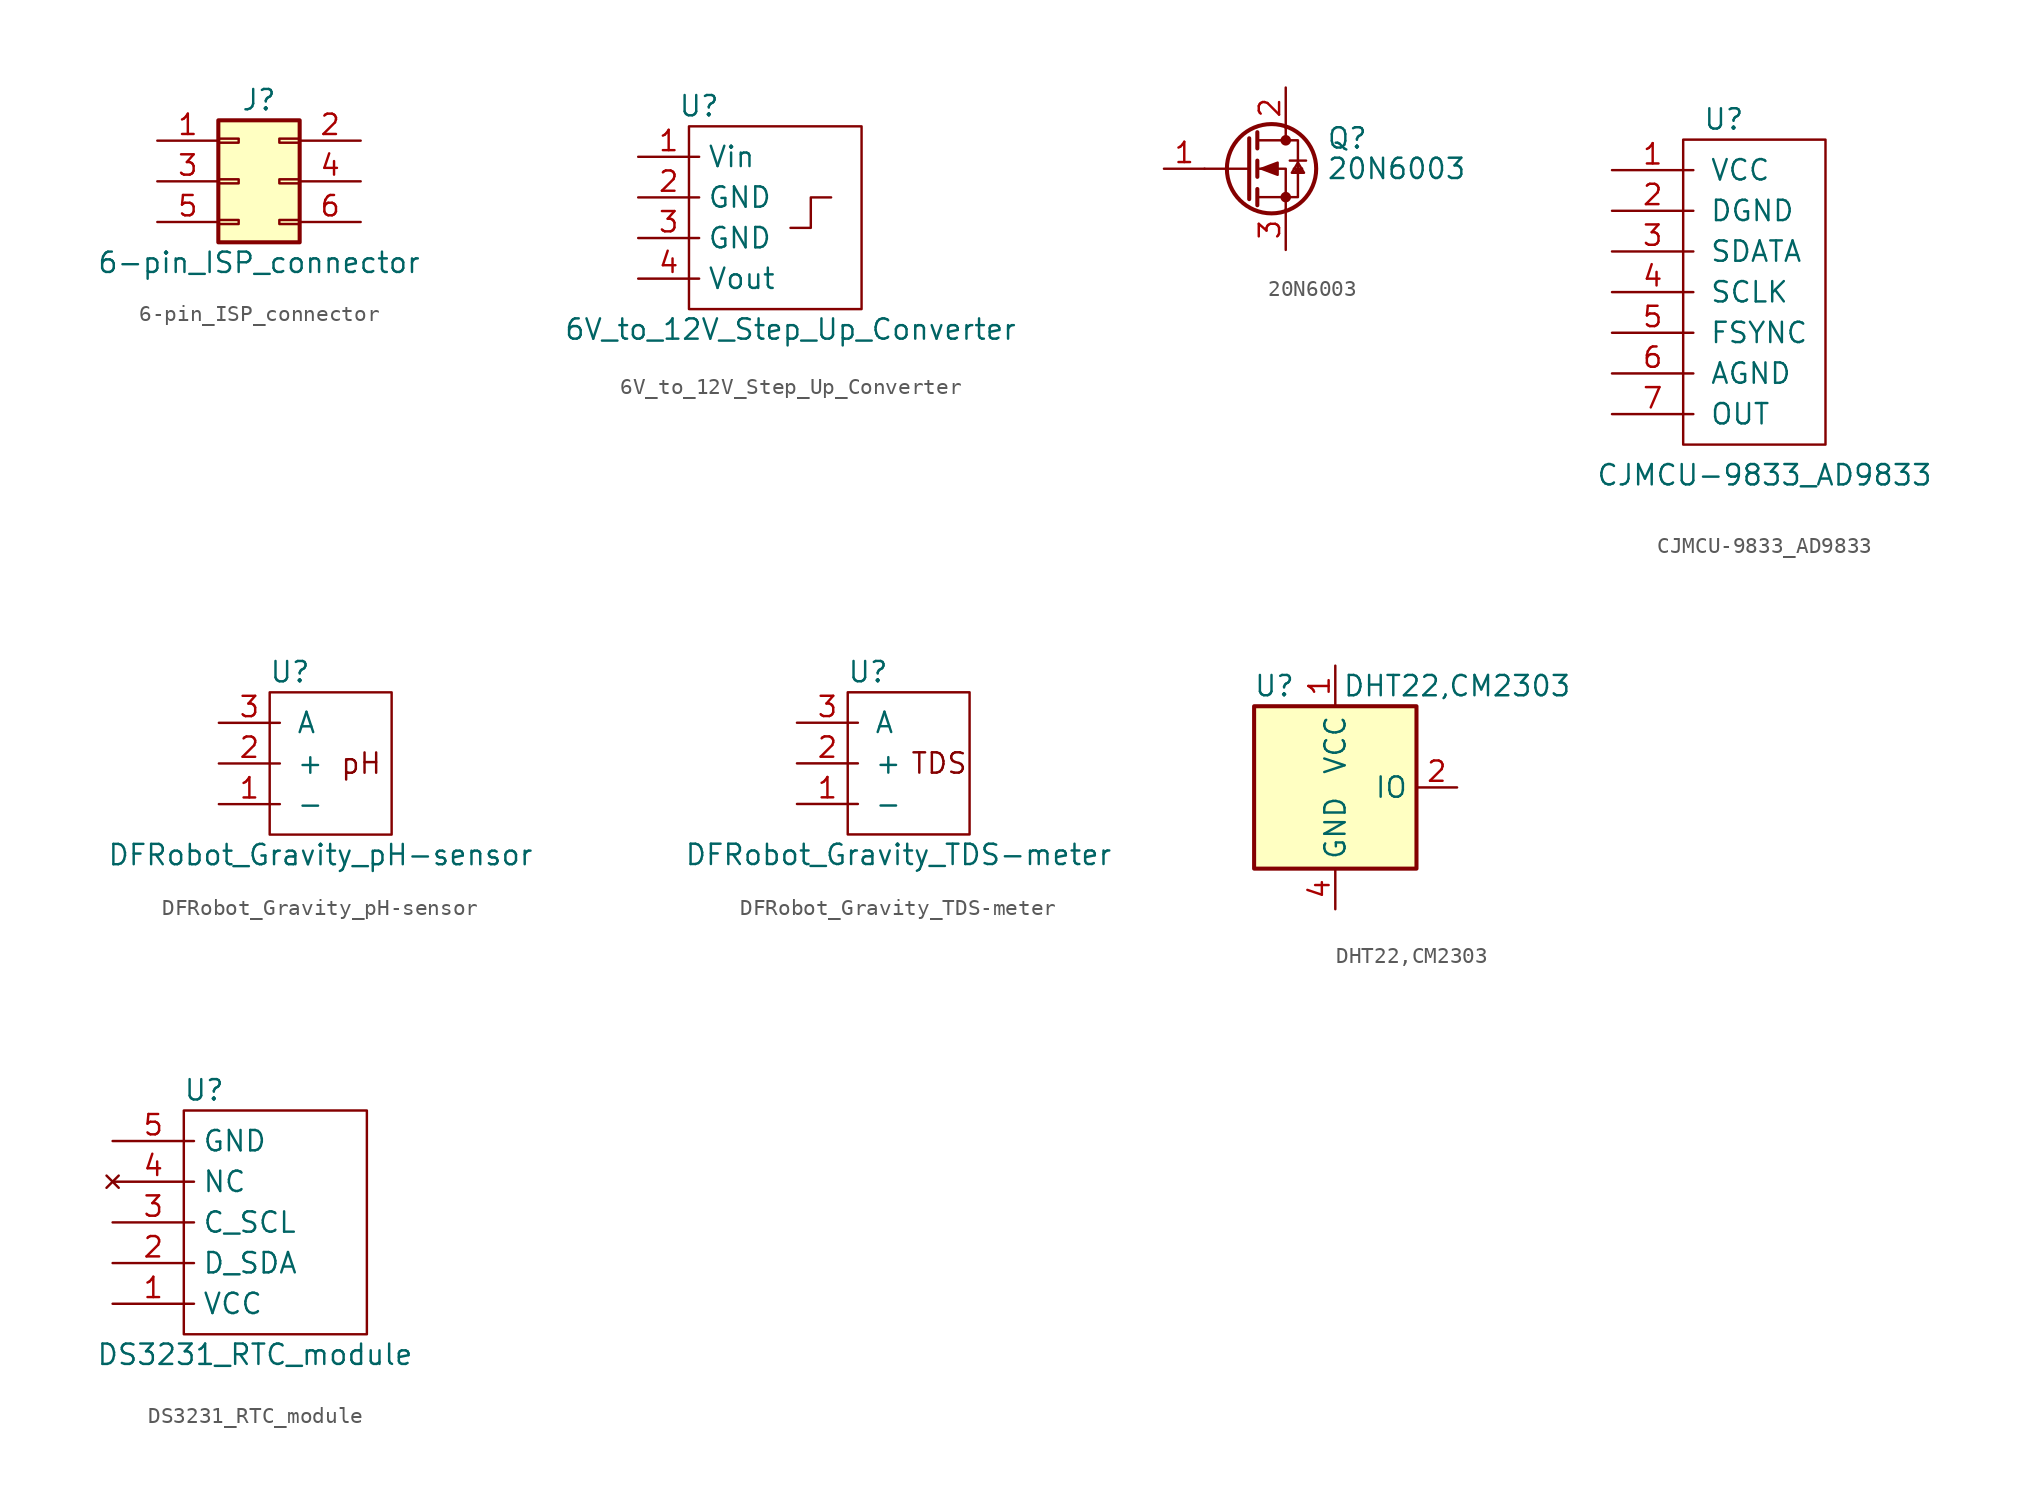
<source format=kicad_sym>
(kicad_symbol_lib
  (version 20211014)
  (generator kicad_symbol_editor)
  (symbol "6-pin_ISP_connector"
    (pin_names
      (offset 1.016) hide)
    (property "Reference" "J"
      (at 1.27 5.08 0)
      (effects (font (size 1.27 1.27))))
    (property "Value" "6-pin_ISP_connector"
      (at 1.27 -5.08 0)
      (effects (font (size 1.27 1.27))))
    (symbol "6-pin_ISP_connector_1_1"
      (rectangle (start -1.27 -2.413) (end 0 -2.667) (stroke (width 0.152) (type default) (color 0 0 0 0)) (fill (type none)))
      (rectangle (start -1.27 0.127) (end 0 -0.127) (stroke (width 0.152) (type default) (color 0 0 0 0)) (fill (type none)))
      (rectangle (start -1.27 2.667) (end 0 2.413) (stroke (width 0.152) (type default) (color 0 0 0 0)) (fill (type none)))
      (rectangle (start -1.27 3.81) (end 3.81 -3.81) (stroke (width 0.254) (type default) (color 0 0 0 0)) (fill (type background)))
      (rectangle (start 3.81 -2.413) (end 2.54 -2.667) (stroke (width 0.152) (type default) (color 0 0 0 0)) (fill (type none)))
      (rectangle (start 3.81 0.127) (end 2.54 -0.127) (stroke (width 0.152) (type default) (color 0 0 0 0)) (fill (type none)))
      (rectangle (start 3.81 2.667) (end 2.54 2.413) (stroke (width 0.152) (type default) (color 0 0 0 0)) (fill (type none)))
      (pin passive line (at -5.08 2.54 0) (length 3.81) (name "Pin_1" (effects (font (size 1.27 1.27)))) (number "1" (effects (font (size 1.27 1.27)))))
      (pin passive line (at 7.62 2.54 180) (length 3.81) (name "Pin_2" (effects (font (size 1.27 1.27)))) (number "2" (effects (font (size 1.27 1.27)))))
      (pin passive line (at -5.08 0 0) (length 3.81) (name "Pin_3" (effects (font (size 1.27 1.27)))) (number "3" (effects (font (size 1.27 1.27)))))
      (pin passive line (at 7.62 0 180) (length 3.81) (name "Pin_4" (effects (font (size 1.27 1.27)))) (number "4" (effects (font (size 1.27 1.27)))))
      (pin passive line (at -5.08 -2.54 0) (length 3.81) (name "Pin_5" (effects (font (size 1.27 1.27)))) (number "5" (effects (font (size 1.27 1.27)))))
      (pin passive line (at 7.62 -2.54 180) (length 3.81) (name "Pin_6" (effects (font (size 1.27 1.27)))) (number "6" (effects (font (size 1.27 1.27)))))))
  (symbol "6V_to_12V_Step_Up_Converter"
    (property "Reference" "U"
      (at 3.81 3.175 0)
      (effects (font (size 1.27 1.27))))
    (property "Value" "6V_to_12V_Step_Up_Converter"
      (at 9.525 -10.795 0)
      (effects (font (size 1.27 1.27))))
    (symbol "6V_to_12V_Step_Up_Converter_0_1"
      (polyline (pts (xy 9.525 -4.445) (xy 10.795 -4.445) (xy 10.795 -2.54) (xy 12.065 -2.54)) (stroke (width 0.152) (type default) (color 0 0 0 0)) (fill (type none)))
      (polyline (pts (xy 3.175 1.905) (xy 13.97 1.905) (xy 13.97 -9.525) (xy 3.175 -9.525) (xy 3.175 1.905)) (stroke (width 0.152) (type default) (color 0 0 0 0)) (fill (type none))))
    (symbol "6V_to_12V_Step_Up_Converter_1_1"
      (pin power_in line (at 0 0 0) (length 3.81) (name "Vin" (effects (font (size 1.27 1.27)))) (number "1" (effects (font (size 1.27 1.27)))))
      (pin power_in line (at 0 -2.54 0) (length 3.81) (name "GND" (effects (font (size 1.27 1.27)))) (number "2" (effects (font (size 1.27 1.27)))))
      (pin power_out line (at 0 -5.08 0) (length 3.81) (name "GND" (effects (font (size 1.27 1.27)))) (number "3" (effects (font (size 1.27 1.27)))))
      (pin power_out line (at 0 -7.62 0) (length 3.81) (name "Vout" (effects (font (size 1.27 1.27)))) (number "4" (effects (font (size 1.27 1.27)))))))
  (symbol "20N6003"
    (pin_names hide)
    (property "Reference" "Q"
      (at 5.08 1.905 0)
      (effects (font (size 1.27 1.27)) (justify left)))
    (property "Value" "20N6003"
      (at 5.08 0 0)
      (effects (font (size 1.27 1.27)) (justify left)))
    (symbol "20N6003_0_1"
      (polyline (pts (xy 0.254 0) (xy -2.54 0)) (stroke (width 0) (type default) (color 0 0 0 0)) (fill (type none)))
      (polyline (pts (xy 0.254 1.905) (xy 0.254 -1.905)) (stroke (width 0.254) (type default) (color 0 0 0 0)) (fill (type none)))
      (polyline (pts (xy 0.762 -1.27) (xy 0.762 -2.286)) (stroke (width 0.254) (type default) (color 0 0 0 0)) (fill (type none)))
      (polyline (pts (xy 0.762 0.508) (xy 0.762 -0.508)) (stroke (width 0.254) (type default) (color 0 0 0 0)) (fill (type none)))
      (polyline (pts (xy 0.762 2.286) (xy 0.762 1.27)) (stroke (width 0.254) (type default) (color 0 0 0 0)) (fill (type none)))
      (polyline (pts (xy 2.54 2.54) (xy 2.54 1.778)) (stroke (width 0) (type default) (color 0 0 0 0)) (fill (type none)))
      (polyline (pts (xy 2.794 0.508) (xy 3.81 0.508)) (stroke (width 0) (type default) (color 0 0 0 0)) (fill (type none)))
      (polyline (pts (xy 3.048 -0.254) (xy 3.302 0)) (stroke (width 0) (type default) (color 0 0 0 0)) (fill (type none)))
      (polyline (pts (xy 3.048 -0.254) (xy 3.556 -0.254)) (stroke (width 0) (type default) (color 0 0 0 0)) (fill (type none)))
      (polyline (pts (xy 3.048 -0.254) (xy 3.556 -0.254)) (stroke (width 0) (type default) (color 0 0 0 0)) (fill (type none)))
      (polyline (pts (xy 3.048 0) (xy 3.556 0)) (stroke (width 0) (type default) (color 0 0 0 0)) (fill (type none)))
      (polyline (pts (xy 3.556 -0.254) (xy 3.302 0)) (stroke (width 0) (type default) (color 0 0 0 0)) (fill (type none)))
      (polyline (pts (xy 2.54 -2.54) (xy 2.54 0) (xy 0.762 0)) (stroke (width 0) (type default) (color 0 0 0 0)) (fill (type none)))
      (polyline (pts (xy 3.556 0) (xy 3.302 -0.254) (xy 3.048 -0.254)) (stroke (width 0) (type default) (color 0 0 0 0)) (fill (type none)))
      (polyline (pts (xy 0.762 -1.778) (xy 3.302 -1.778) (xy 3.302 1.778) (xy 0.762 1.778)) (stroke (width 0) (type default) (color 0 0 0 0)) (fill (type none)))
      (polyline (pts (xy 1.016 0) (xy 2.032 0.381) (xy 2.032 -0.381) (xy 1.016 0)) (stroke (width 0) (type default) (color 0 0 0 0)) (fill (type outline)))
      (polyline (pts (xy 3.302 0.381) (xy 2.921 -0.254) (xy 3.683 -0.254) (xy 3.302 0.381)) (stroke (width 0) (type default) (color 0 0 0 0)) (fill (type none)))
      (circle (center 1.651 0) (radius 2.794) (stroke (width 0.254) (type default) (color 0 0 0 0)) (fill (type none)))
      (circle (center 2.54 -1.778) (radius 0.254) (stroke (width 0) (type default) (color 0 0 0 0)) (fill (type outline)))
      (circle (center 2.54 1.778) (radius 0.254) (stroke (width 0) (type default) (color 0 0 0 0)) (fill (type outline))))
    (symbol "20N6003_1_1"
      (pin input line (at -5.08 0 0) (length 2.54) (name "G" (effects (font (size 1.27 1.27)))) (number "1" (effects (font (size 1.27 1.27)))))
      (pin passive line (at 2.54 5.08 270) (length 2.54) (name "D" (effects (font (size 1.27 1.27)))) (number "2" (effects (font (size 1.27 1.27)))))
      (pin passive line (at 2.54 -5.08 90) (length 2.54) (name "S" (effects (font (size 1.27 1.27)))) (number "3" (effects (font (size 1.27 1.27)))))))
  (symbol "CJMCU-9833_AD9833"
    (pin_names
      (offset 1.016))
    (property "Reference" "U"
      (at 6.985 3.175 0)
      (effects (font (size 1.27 1.27))))
    (property "Value" "CJMCU-9833_AD9833"
      (at 9.525 -19.05 0)
      (effects (font (size 1.27 1.27))))
    (symbol "CJMCU-9833_AD9833_0_1"
      (rectangle (start 4.445 1.905) (end 13.335 -17.145) (stroke (width 0) (type default) (color 0 0 0 0)) (fill (type none))))
    (symbol "CJMCU-9833_AD9833_1_1"
      (pin power_in line (at 0 0 0) (length 5.08) (name "VCC" (effects (font (size 1.27 1.27)))) (number "1" (effects (font (size 1.27 1.27)))))
      (pin power_in line (at 0 -2.54 0) (length 5.08) (name "DGND" (effects (font (size 1.27 1.27)))) (number "2" (effects (font (size 1.27 1.27)))))
      (pin output line (at 0 -5.08 0) (length 5.08) (name "SDATA" (effects (font (size 1.27 1.27)))) (number "3" (effects (font (size 1.27 1.27)))))
      (pin output line (at 0 -7.62 0) (length 5.08) (name "SCLK" (effects (font (size 1.27 1.27)))) (number "4" (effects (font (size 1.27 1.27)))))
      (pin output line (at 0 -10.16 0) (length 5.08) (name "FSYNC" (effects (font (size 1.27 1.27)))) (number "5" (effects (font (size 1.27 1.27)))))
      (pin output line (at 0 -12.7 0) (length 5.08) (name "AGND" (effects (font (size 1.27 1.27)))) (number "6" (effects (font (size 1.27 1.27)))))
      (pin output line (at 0 -15.24 0) (length 5.08) (name "OUT" (effects (font (size 1.27 1.27)))) (number "7" (effects (font (size 1.27 1.27)))))))
  (symbol "DFRobot_Gravity_pH-sensor"
    (pin_names
      (offset 1.016))
    (property "Reference" "U"
      (at 4.445 3.175 0)
      (effects (font (size 1.27 1.27))))
    (property "Value" "DFRobot_Gravity_pH-sensor"
      (at 6.35 -8.255 0)
      (effects (font (size 1.27 1.27))))
    (symbol "DFRobot_Gravity_pH-sensor_0_0"
      (text "pH" (at 8.89 -2.54 0) (effects (font (size 1.27 1.27)))))
    (symbol "DFRobot_Gravity_pH-sensor_0_1"
      (rectangle (start 3.175 1.905) (end 10.795 -6.985) (stroke (width 0) (type default) (color 0 0 0 0)) (fill (type none))))
    (symbol "DFRobot_Gravity_pH-sensor_1_1"
      (pin power_in line (at 0 -5.08 0) (length 3.81) (name "-" (effects (font (size 1.27 1.27)))) (number "1" (effects (font (size 1.27 1.27)))))
      (pin power_in line (at 0 -2.54 0) (length 3.81) (name "+" (effects (font (size 1.27 1.27)))) (number "2" (effects (font (size 1.27 1.27)))))
      (pin output line (at 0 0 0) (length 3.81) (name "A" (effects (font (size 1.27 1.27)))) (number "3" (effects (font (size 1.27 1.27)))))))
  (symbol "DFRobot_Gravity_TDS-meter"
    (pin_names
      (offset 1.016))
    (property "Reference" "U"
      (at 4.445 3.175 0)
      (effects (font (size 1.27 1.27))))
    (property "Value" "DFRobot_Gravity_TDS-meter"
      (at 6.35 -8.255 0)
      (effects (font (size 1.27 1.27))))
    (symbol "DFRobot_Gravity_TDS-meter_0_0"
      (text "TDS" (at 8.89 -2.54 0) (effects (font (size 1.27 1.27)))))
    (symbol "DFRobot_Gravity_TDS-meter_0_1"
      (rectangle (start 3.175 1.905) (end 10.795 -6.985) (stroke (width 0) (type default) (color 0 0 0 0)) (fill (type none))))
    (symbol "DFRobot_Gravity_TDS-meter_1_1"
      (pin power_in line (at 0 -5.08 0) (length 3.81) (name "-" (effects (font (size 1.27 1.27)))) (number "1" (effects (font (size 1.27 1.27)))))
      (pin power_in line (at 0 -2.54 0) (length 3.81) (name "+" (effects (font (size 1.27 1.27)))) (number "2" (effects (font (size 1.27 1.27)))))
      (pin output line (at 0 0 0) (length 3.81) (name "A" (effects (font (size 1.27 1.27)))) (number "3" (effects (font (size 1.27 1.27)))))))
  (symbol "DHT22,CM2303"
    (property "Reference" "U"
      (at -3.81 6.35 0)
      (effects (font (size 1.27 1.27))))
    (property "Value" "DHT22,CM2303"
      (at 7.62 6.35 0)
      (effects (font (size 1.27 1.27))))
    (symbol "DHT22,CM2303_0_1"
      (rectangle (start -5.08 5.08) (end 5.08 -5.08) (stroke (width 0.254) (type default) (color 0 0 0 0)) (fill (type background))))
    (symbol "DHT22,CM2303_1_1"
      (pin power_in line (at 0 7.62 270) (length 2.54) (name "VCC" (effects (font (size 1.27 1.27)))) (number "1" (effects (font (size 1.27 1.27)))))
      (pin bidirectional line (at 7.62 0 180) (length 2.54) (name "IO" (effects (font (size 1.27 1.27)))) (number "2" (effects (font (size 1.27 1.27)))))
      (pin no_connect line (at -5.08 0 0) (length 2.54) hide (name "NC" (effects (font (size 1.27 1.27)))) (number "3" (effects (font (size 1.27 1.27)))))
      (pin power_in line (at 0 -7.62 90) (length 2.54) (name "GND" (effects (font (size 1.27 1.27)))) (number "4" (effects (font (size 1.27 1.27)))))))
  (symbol "DS3231_RTC_module"
    (property "Reference" "U"
      (at 5.715 3.175 0)
      (effects (font (size 1.27 1.27))))
    (property "Value" "DS3231_RTC_module"
      (at 8.89 -13.335 0)
      (effects (font (size 1.27 1.27))))
    (symbol "DS3231_RTC_module_0_1"
      (polyline (pts (xy 4.445 1.905) (xy 4.445 -12.065) (xy 15.875 -12.065) (xy 15.875 1.905) (xy 4.445 1.905)) (stroke (width 0.152) (type default) (color 0 0 0 0)) (fill (type none))))
    (symbol "DS3231_RTC_module_1_1"
      (pin power_in line (at 0 -10.16 0) (length 5.08) (name "VCC" (effects (font (size 1.27 1.27)))) (number "1" (effects (font (size 1.27 1.27)))))
      (pin bidirectional line (at 0 -7.62 0) (length 5.08) (name "D_SDA" (effects (font (size 1.27 1.27)))) (number "2" (effects (font (size 1.27 1.27)))))
      (pin bidirectional line (at 0 -5.08 0) (length 5.08) (name "C_SCL" (effects (font (size 1.27 1.27)))) (number "3" (effects (font (size 1.27 1.27)))))
      (pin no_connect line (at 0 -2.54 0) (length 5.08) (name "NC" (effects (font (size 1.27 1.27)))) (number "4" (effects (font (size 1.27 1.27)))))
      (pin power_in line (at 0 0 0) (length 5.08) (name "GND" (effects (font (size 1.27 1.27)))) (number "5" (effects (font (size 1.27 1.27))))))))
</source>
